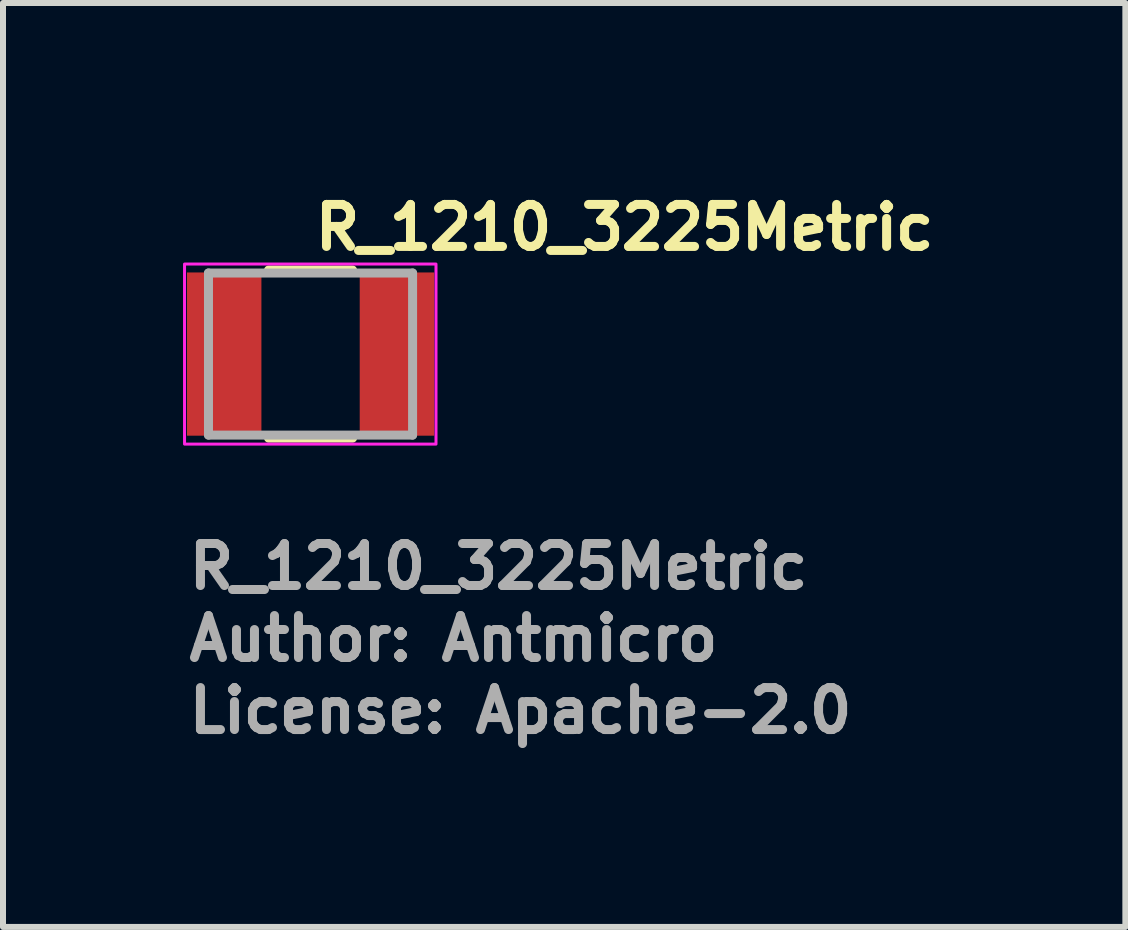
<source format=kicad_pcb>
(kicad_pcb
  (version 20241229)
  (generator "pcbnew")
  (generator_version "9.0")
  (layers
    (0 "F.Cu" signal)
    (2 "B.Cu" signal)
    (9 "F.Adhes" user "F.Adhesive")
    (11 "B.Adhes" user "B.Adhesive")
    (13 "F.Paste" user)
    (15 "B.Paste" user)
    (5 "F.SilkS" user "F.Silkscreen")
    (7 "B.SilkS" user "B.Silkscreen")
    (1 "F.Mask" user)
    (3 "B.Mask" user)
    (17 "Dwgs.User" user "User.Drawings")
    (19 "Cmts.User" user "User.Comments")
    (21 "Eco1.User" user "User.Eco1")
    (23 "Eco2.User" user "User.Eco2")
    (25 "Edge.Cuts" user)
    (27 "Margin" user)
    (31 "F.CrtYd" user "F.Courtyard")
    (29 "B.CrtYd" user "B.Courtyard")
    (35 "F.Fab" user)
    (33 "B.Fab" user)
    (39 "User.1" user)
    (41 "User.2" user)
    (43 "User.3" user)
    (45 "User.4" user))
  (footprint "R_1210_3225Metric"
    (layer "F.Cu")
    (at 2.125 2.85)
    (property "Reference" "R_1210_3225Metric" (at 0 -1.7 0) (layer "F.SilkS") (effects (font (size 0.7 0.7) (thickness 0.15)) (justify left bottom)))
    (attr smd)
    (fp_line (start -0.7 -1.4) (end 0.7 -1.4) (stroke (width 0.15) (type solid)) (layer "F.SilkS"))
    (fp_line (start -0.7 1.4) (end 0.7 1.4) (stroke (width 0.15) (type solid)) (layer "F.SilkS"))
    (fp_rect (start -2.1 -1.5) (end 2.09 1.5) (stroke (width 0.05) (type solid)) (fill no) (layer "F.CrtYd"))
    (fp_line (start -1.701 1.35) (end -1.701 -1.351) (stroke (width 0.15) (type solid)) (layer "F.Fab"))
    (fp_line (start 1.7 -1.351) (end -1.701 -1.351) (stroke (width 0.15) (type solid)) (layer "F.Fab"))
    (fp_line (start 1.7 1.35) (end -1.701 1.35) (stroke (width 0.15) (type solid)) (layer "F.Fab"))
    (fp_line (start 1.7 1.35) (end 1.7 -1.351) (stroke (width 0.15) (type solid)) (layer "F.Fab"))
    (fp_rect (start -1.6 -1.25) (end 1.6 1.25) (stroke (width 0.1) (type solid)) (fill no) (layer "User.5"))
    (fp_line (start -1.601 -1.17) (end -1.599 -1.174) (stroke (width 0.02) (type solid)) (layer "User.9"))
    (fp_line (start -1.601 1.169) (end -1.601 -1.17) (stroke (width 0.02) (type solid)) (layer "User.9"))
    (fp_line (start -1.601 1.169) (end -1.599 1.173) (stroke (width 0.02) (type solid)) (layer "User.9"))
    (fp_line (start -1.599 -1.182) (end -1.598 -1.186) (stroke (width 0.02) (type solid)) (layer "User.9"))
    (fp_line (start -1.599 -1.178) (end -1.599 -1.182) (stroke (width 0.02) (type solid)) (layer "User.9"))
    (fp_line (start -1.599 -1.174) (end -1.599 -1.178) (stroke (width 0.02) (type solid)) (layer "User.9"))
    (fp_line (start -1.599 1.173) (end -1.599 1.177) (stroke (width 0.02) (type solid)) (layer "User.9"))
    (fp_line (start -1.599 1.177) (end -1.599 1.181) (stroke (width 0.02) (type solid)) (layer "User.9"))
    (fp_line (start -1.599 1.181) (end -1.598 1.185) (stroke (width 0.02) (type solid)) (layer "User.9"))
    (fp_line (start -1.598 -1.186) (end -1.597 -1.19) (stroke (width 0.02) (type solid)) (layer "User.9"))
    (fp_line (start -1.598 1.185) (end -1.597 1.189) (stroke (width 0.02) (type solid)) (layer "User.9"))
    (fp_line (start -1.597 -1.19) (end -1.596 -1.194) (stroke (width 0.02) (type solid)) (layer "User.9"))
    (fp_line (start -1.597 1.189) (end -1.596 1.193) (stroke (width 0.02) (type solid)) (layer "User.9"))
    (fp_line (start -1.596 -1.194) (end -1.595 -1.198) (stroke (width 0.02) (type solid)) (layer "User.9"))
    (fp_line (start -1.596 1.193) (end -1.595 1.195) (stroke (width 0.02) (type solid)) (layer "User.9"))
    (fp_line (start -1.595 -1.198) (end -1.593 -1.202) (stroke (width 0.02) (type solid)) (layer "User.9"))
    (fp_line (start -1.595 1.195) (end -1.593 1.199) (stroke (width 0.02) (type solid)) (layer "User.9"))
    (fp_line (start -1.593 -1.202) (end -1.592 -1.206) (stroke (width 0.02) (type solid)) (layer "User.9"))
    (fp_line (start -1.593 1.199) (end -1.592 1.203) (stroke (width 0.02) (type solid)) (layer "User.9"))
    (fp_line (start -1.592 -1.206) (end -1.59 -1.208) (stroke (width 0.02) (type solid)) (layer "User.9"))
    (fp_line (start -1.592 1.203) (end -1.59 1.207) (stroke (width 0.02) (type solid)) (layer "User.9"))
    (fp_line (start -1.59 -1.208) (end -1.588 -1.212) (stroke (width 0.02) (type solid)) (layer "User.9"))
    (fp_line (start -1.59 1.207) (end -1.588 1.211) (stroke (width 0.02) (type solid)) (layer "User.9"))
    (fp_line (start -1.588 -1.212) (end -1.586 -1.216) (stroke (width 0.02) (type solid)) (layer "User.9"))
    (fp_line (start -1.588 1.211) (end -1.586 1.213) (stroke (width 0.02) (type solid)) (layer "User.9"))
    (fp_line (start -1.586 -1.216) (end -1.584 -1.218) (stroke (width 0.02) (type solid)) (layer "User.9"))
    (fp_line (start -1.586 1.213) (end -1.584 1.217) (stroke (width 0.02) (type solid)) (layer "User.9"))
    (fp_line (start -1.584 -1.218) (end -1.582 -1.222) (stroke (width 0.02) (type solid)) (layer "User.9"))
    (fp_line (start -1.584 1.217) (end -1.582 1.219) (stroke (width 0.02) (type solid)) (layer "User.9"))
    (fp_line (start -1.582 -1.222) (end -1.58 -1.224) (stroke (width 0.02) (type solid)) (layer "User.9"))
    (fp_line (start -1.582 1.219) (end -1.58 1.223) (stroke (width 0.02) (type solid)) (layer "User.9"))
    (fp_line (start -1.58 -1.224) (end -1.577 -1.228) (stroke (width 0.02) (type solid)) (layer "User.9"))
    (fp_line (start -1.58 1.223) (end -1.577 1.225) (stroke (width 0.02) (type solid)) (layer "User.9"))
    (fp_line (start -1.577 -1.228) (end -1.577 -1.228) (stroke (width 0.02) (type solid)) (layer "User.9"))
    (fp_line (start -1.577 -1.228) (end -1.574 -1.23) (stroke (width 0.02) (type solid)) (layer "User.9"))
    (fp_line (start -1.577 1.225) (end -1.577 1.225) (stroke (width 0.02) (type solid)) (layer "User.9"))
    (fp_line (start -1.577 1.225) (end -1.574 1.229) (stroke (width 0.02) (type solid)) (layer "User.9"))
    (fp_line (start -1.574 -1.23) (end -1.571 -1.232) (stroke (width 0.02) (type solid)) (layer "User.9"))
    (fp_line (start -1.574 1.229) (end -1.571 1.231) (stroke (width 0.02) (type solid)) (layer "User.9"))
    (fp_line (start -1.571 -1.232) (end -1.567 -1.236) (stroke (width 0.02) (type solid)) (layer "User.9"))
    (fp_line (start -1.571 1.231) (end -1.567 1.233) (stroke (width 0.02) (type solid)) (layer "User.9"))
    (fp_line (start -1.567 -1.236) (end -1.564 -1.238) (stroke (width 0.02) (type solid)) (layer "User.9"))
    (fp_line (start -1.567 1.233) (end -1.564 1.235) (stroke (width 0.02) (type solid)) (layer "User.9"))
    (fp_line (start -1.564 -1.238) (end -1.561 -1.24) (stroke (width 0.02) (type solid)) (layer "User.9"))
    (fp_line (start -1.564 1.235) (end -1.561 1.237) (stroke (width 0.02) (type solid)) (layer "User.9"))
    (fp_line (start -1.561 -1.24) (end -1.558 -1.242) (stroke (width 0.02) (type solid)) (layer "User.9"))
    (fp_line (start -1.561 1.237) (end -1.558 1.239) (stroke (width 0.02) (type solid)) (layer "User.9"))
    (fp_line (start -1.558 -1.242) (end -1.555 -1.244) (stroke (width 0.02) (type solid)) (layer "User.9"))
    (fp_line (start -1.558 1.239) (end -1.555 1.241) (stroke (width 0.02) (type solid)) (layer "User.9"))
    (fp_line (start -1.555 -1.244) (end -1.55 -1.244) (stroke (width 0.02) (type solid)) (layer "User.9"))
    (fp_line (start -1.555 1.241) (end -1.55 1.243) (stroke (width 0.02) (type solid)) (layer "User.9"))
    (fp_line (start -1.55 -1.244) (end -1.546 -1.246) (stroke (width 0.02) (type solid)) (layer "User.9"))
    (fp_line (start -1.55 1.243) (end -1.546 1.245) (stroke (width 0.02) (type solid)) (layer "User.9"))
    (fp_line (start -1.546 -1.246) (end -1.544 -1.248) (stroke (width 0.02) (type solid)) (layer "User.9"))
    (fp_line (start -1.546 1.245) (end -1.544 1.245) (stroke (width 0.02) (type solid)) (layer "User.9"))
    (fp_line (start -1.544 -1.248) (end -1.54 -1.248) (stroke (width 0.02) (type solid)) (layer "User.9"))
    (fp_line (start -1.544 1.245) (end -1.54 1.247) (stroke (width 0.02) (type solid)) (layer "User.9"))
    (fp_line (start -1.54 -1.248) (end -1.535 -1.25) (stroke (width 0.02) (type solid)) (layer "User.9"))
    (fp_line (start -1.54 1.247) (end -1.535 1.247) (stroke (width 0.02) (type solid)) (layer "User.9"))
    (fp_line (start -1.535 -1.25) (end -1.531 -1.25) (stroke (width 0.02) (type solid)) (layer "User.9"))
    (fp_line (start -1.535 1.247) (end -1.531 1.249) (stroke (width 0.02) (type solid)) (layer "User.9"))
    (fp_line (start -1.531 -1.25) (end -1.527 -1.25) (stroke (width 0.02) (type solid)) (layer "User.9"))
    (fp_line (start -1.531 1.249) (end -1.527 1.249) (stroke (width 0.02) (type solid)) (layer "User.9"))
    (fp_line (start -1.527 -1.25) (end -1.524 -1.25) (stroke (width 0.02) (type solid)) (layer "User.9"))
    (fp_line (start -1.527 1.249) (end -1.524 1.249) (stroke (width 0.02) (type solid)) (layer "User.9"))
    (fp_line (start -1.524 -1.25) (end -1.521 -1.25) (stroke (width 0.02) (type solid)) (layer "User.9"))
    (fp_line (start -1.524 1.249) (end -1.521 1.249) (stroke (width 0.02) (type solid)) (layer "User.9"))
    (fp_line (start -1.521 -1.25) (end -1.001 -1.25) (stroke (width 0.02) (type solid)) (layer "User.9"))
    (fp_line (start -1.001 -1.25) (end -1.001 -1.17) (stroke (width 0.02) (type solid)) (layer "User.9"))
    (fp_line (start -1.001 1.169) (end -1.001 -1.17) (stroke (width 0.02) (type solid)) (layer "User.9"))
    (fp_line (start -1.001 1.169) (end -1.001 1.249) (stroke (width 0.02) (type solid)) (layer "User.9"))
    (fp_line (start -1.001 1.249) (end -1.521 1.249) (stroke (width 0.02) (type solid)) (layer "User.9"))
    (fp_line (start 1 -1.25) (end 1 -1.17) (stroke (width 0.02) (type solid)) (layer "User.9"))
    (fp_line (start 1 -1.224) (end -1.001 -1.224) (stroke (width 0.02) (type solid)) (layer "User.9"))
    (fp_line (start 1 1.169) (end 1 -1.17) (stroke (width 0.02) (type solid)) (layer "User.9"))
    (fp_line (start 1 1.169) (end 1 1.249) (stroke (width 0.02) (type solid)) (layer "User.9"))
    (fp_line (start 1 1.223) (end -1.001 1.223) (stroke (width 0.02) (type solid)) (layer "User.9"))
    (fp_line (start 1 1.249) (end 1.52 1.249) (stroke (width 0.02) (type solid)) (layer "User.9"))
    (fp_line (start 1.52 -1.25) (end 1 -1.25) (stroke (width 0.02) (type solid)) (layer "User.9"))
    (fp_line (start 1.524 -1.25) (end 1.52 -1.25) (stroke (width 0.02) (type solid)) (layer "User.9"))
    (fp_line (start 1.524 1.249) (end 1.52 1.249) (stroke (width 0.02) (type solid)) (layer "User.9"))
    (fp_line (start 1.528 -1.25) (end 1.524 -1.25) (stroke (width 0.02) (type solid)) (layer "User.9"))
    (fp_line (start 1.528 1.249) (end 1.524 1.249) (stroke (width 0.02) (type solid)) (layer "User.9"))
    (fp_line (start 1.532 -1.25) (end 1.528 -1.25) (stroke (width 0.02) (type solid)) (layer "User.9"))
    (fp_line (start 1.532 1.249) (end 1.528 1.249) (stroke (width 0.02) (type solid)) (layer "User.9"))
    (fp_line (start 1.536 -1.25) (end 1.532 -1.25) (stroke (width 0.02) (type solid)) (layer "User.9"))
    (fp_line (start 1.536 1.247) (end 1.532 1.249) (stroke (width 0.02) (type solid)) (layer "User.9"))
    (fp_line (start 1.54 -1.248) (end 1.536 -1.25) (stroke (width 0.02) (type solid)) (layer "User.9"))
    (fp_line (start 1.54 1.247) (end 1.536 1.247) (stroke (width 0.02) (type solid)) (layer "User.9"))
    (fp_line (start 1.544 -1.248) (end 1.54 -1.248) (stroke (width 0.02) (type solid)) (layer "User.9"))
    (fp_line (start 1.544 1.245) (end 1.54 1.247) (stroke (width 0.02) (type solid)) (layer "User.9"))
    (fp_line (start 1.547 -1.246) (end 1.544 -1.248) (stroke (width 0.02) (type solid)) (layer "User.9"))
    (fp_line (start 1.547 1.245) (end 1.544 1.245) (stroke (width 0.02) (type solid)) (layer "User.9"))
    (fp_line (start 1.551 -1.244) (end 1.547 -1.246) (stroke (width 0.02) (type solid)) (layer "User.9"))
    (fp_line (start 1.551 1.243) (end 1.547 1.245) (stroke (width 0.02) (type solid)) (layer "User.9"))
    (fp_line (start 1.555 -1.244) (end 1.551 -1.244) (stroke (width 0.02) (type solid)) (layer "User.9"))
    (fp_line (start 1.555 1.241) (end 1.551 1.243) (stroke (width 0.02) (type solid)) (layer "User.9"))
    (fp_line (start 1.557 -1.242) (end 1.555 -1.244) (stroke (width 0.02) (type solid)) (layer "User.9"))
    (fp_line (start 1.557 1.239) (end 1.555 1.241) (stroke (width 0.02) (type solid)) (layer "User.9"))
    (fp_line (start 1.561 -1.24) (end 1.557 -1.242) (stroke (width 0.02) (type solid)) (layer "User.9"))
    (fp_line (start 1.561 1.237) (end 1.557 1.239) (stroke (width 0.02) (type solid)) (layer "User.9"))
    (fp_line (start 1.564 -1.238) (end 1.561 -1.24) (stroke (width 0.02) (type solid)) (layer "User.9"))
    (fp_line (start 1.564 1.235) (end 1.561 1.237) (stroke (width 0.02) (type solid)) (layer "User.9"))
    (fp_line (start 1.568 -1.236) (end 1.564 -1.238) (stroke (width 0.02) (type solid)) (layer "User.9"))
    (fp_line (start 1.568 1.233) (end 1.564 1.235) (stroke (width 0.02) (type solid)) (layer "User.9"))
    (fp_line (start 1.571 -1.232) (end 1.568 -1.236) (stroke (width 0.02) (type solid)) (layer "User.9"))
    (fp_line (start 1.571 1.231) (end 1.568 1.233) (stroke (width 0.02) (type solid)) (layer "User.9"))
    (fp_line (start 1.573 -1.23) (end 1.571 -1.232) (stroke (width 0.02) (type solid)) (layer "User.9"))
    (fp_line (start 1.573 1.229) (end 1.571 1.231) (stroke (width 0.02) (type solid)) (layer "User.9"))
    (fp_line (start 1.576 -1.228) (end 1.573 -1.23) (stroke (width 0.02) (type solid)) (layer "User.9"))
    (fp_line (start 1.576 -1.228) (end 1.576 -1.228) (stroke (width 0.02) (type solid)) (layer "User.9"))
    (fp_line (start 1.576 1.225) (end 1.573 1.229) (stroke (width 0.02) (type solid)) (layer "User.9"))
    (fp_line (start 1.576 1.225) (end 1.576 1.225) (stroke (width 0.02) (type solid)) (layer "User.9"))
    (fp_line (start 1.58 -1.224) (end 1.576 -1.228) (stroke (width 0.02) (type solid)) (layer "User.9"))
    (fp_line (start 1.58 1.223) (end 1.576 1.225) (stroke (width 0.02) (type solid)) (layer "User.9"))
    (fp_line (start 1.581 -1.222) (end 1.58 -1.224) (stroke (width 0.02) (type solid)) (layer "User.9"))
    (fp_line (start 1.581 1.219) (end 1.58 1.223) (stroke (width 0.02) (type solid)) (layer "User.9"))
    (fp_line (start 1.584 -1.218) (end 1.581 -1.222) (stroke (width 0.02) (type solid)) (layer "User.9"))
    (fp_line (start 1.584 1.217) (end 1.581 1.219) (stroke (width 0.02) (type solid)) (layer "User.9"))
    (fp_line (start 1.587 -1.216) (end 1.584 -1.218) (stroke (width 0.02) (type solid)) (layer "User.9"))
    (fp_line (start 1.587 1.213) (end 1.584 1.217) (stroke (width 0.02) (type solid)) (layer "User.9"))
    (fp_line (start 1.588 -1.212) (end 1.587 -1.216) (stroke (width 0.02) (type solid)) (layer "User.9"))
    (fp_line (start 1.588 1.211) (end 1.587 1.213) (stroke (width 0.02) (type solid)) (layer "User.9"))
    (fp_line (start 1.591 -1.208) (end 1.588 -1.212) (stroke (width 0.02) (type solid)) (layer "User.9"))
    (fp_line (start 1.591 1.207) (end 1.588 1.211) (stroke (width 0.02) (type solid)) (layer "User.9"))
    (fp_line (start 1.592 -1.206) (end 1.591 -1.208) (stroke (width 0.02) (type solid)) (layer "User.9"))
    (fp_line (start 1.592 1.203) (end 1.591 1.207) (stroke (width 0.02) (type solid)) (layer "User.9"))
    (fp_line (start 1.593 -1.202) (end 1.592 -1.206) (stroke (width 0.02) (type solid)) (layer "User.9"))
    (fp_line (start 1.593 1.199) (end 1.592 1.203) (stroke (width 0.02) (type solid)) (layer "User.9"))
    (fp_line (start 1.596 -1.198) (end 1.593 -1.202) (stroke (width 0.02) (type solid)) (layer "User.9"))
    (fp_line (start 1.596 -1.194) (end 1.596 -1.198) (stroke (width 0.02) (type solid)) (layer "User.9"))
    (fp_line (start 1.596 1.193) (end 1.596 1.195) (stroke (width 0.02) (type solid)) (layer "User.9"))
    (fp_line (start 1.596 1.195) (end 1.593 1.199) (stroke (width 0.02) (type solid)) (layer "User.9"))
    (fp_line (start 1.597 -1.19) (end 1.596 -1.194) (stroke (width 0.02) (type solid)) (layer "User.9"))
    (fp_line (start 1.597 1.189) (end 1.596 1.193) (stroke (width 0.02) (type solid)) (layer "User.9"))
    (fp_line (start 1.599 -1.186) (end 1.597 -1.19) (stroke (width 0.02) (type solid)) (layer "User.9"))
    (fp_line (start 1.599 1.185) (end 1.597 1.189) (stroke (width 0.02) (type solid)) (layer "User.9"))
    (fp_line (start 1.6 -1.182) (end 1.599 -1.186) (stroke (width 0.02) (type solid)) (layer "User.9"))
    (fp_line (start 1.6 -1.178) (end 1.6 -1.182) (stroke (width 0.02) (type solid)) (layer "User.9"))
    (fp_line (start 1.6 -1.174) (end 1.6 -1.178) (stroke (width 0.02) (type solid)) (layer "User.9"))
    (fp_line (start 1.6 -1.17) (end 1.6 -1.174) (stroke (width 0.02) (type solid)) (layer "User.9"))
    (fp_line (start 1.6 1.169) (end 1.6 -1.17) (stroke (width 0.02) (type solid)) (layer "User.9"))
    (fp_line (start 1.6 1.169) (end 1.6 1.173) (stroke (width 0.02) (type solid)) (layer "User.9"))
    (fp_line (start 1.6 1.173) (end 1.6 1.177) (stroke (width 0.02) (type solid)) (layer "User.9"))
    (fp_line (start 1.6 1.177) (end 1.6 1.181) (stroke (width 0.02) (type solid)) (layer "User.9"))
    (fp_line (start 1.6 1.181) (end 1.599 1.185) (stroke (width 0.02) (type solid)) (layer "User.9"))
    (fp_text user "Author: Antmicro" (at -2.1 5.15 0) (layer "F.Fab") (effects (font (size 0.7 0.7) (thickness 0.15)) (justify left bottom)))
    (fp_text user "${REFERENCE}" (at -2.1 3.95 0) (layer "F.Fab") (effects (font (size 0.7 0.7) (thickness 0.15)) (justify left bottom)))
    (fp_text user "License: Apache-2.0" (at -2.1 6.35 0) (layer "F.Fab") (effects (font (size 0.7 0.7) (thickness 0.15)) (justify left bottom)))
    (pad "1" smd rect (at -1.439 0) (size 1.24 2.72) (layers "F.Cu" "F.Mask" "F.Paste"))
    (pad "2" smd rect (at 1.439 0) (size 1.24 2.72) (layers "F.Cu" "F.Mask" "F.Paste")))
  (gr_rect
    (start -3 -3)
    (end 15.702 12.396)
    (stroke (width 0.1) (type default))
    (fill no)
    (layer "Edge.Cuts")))
</source>
